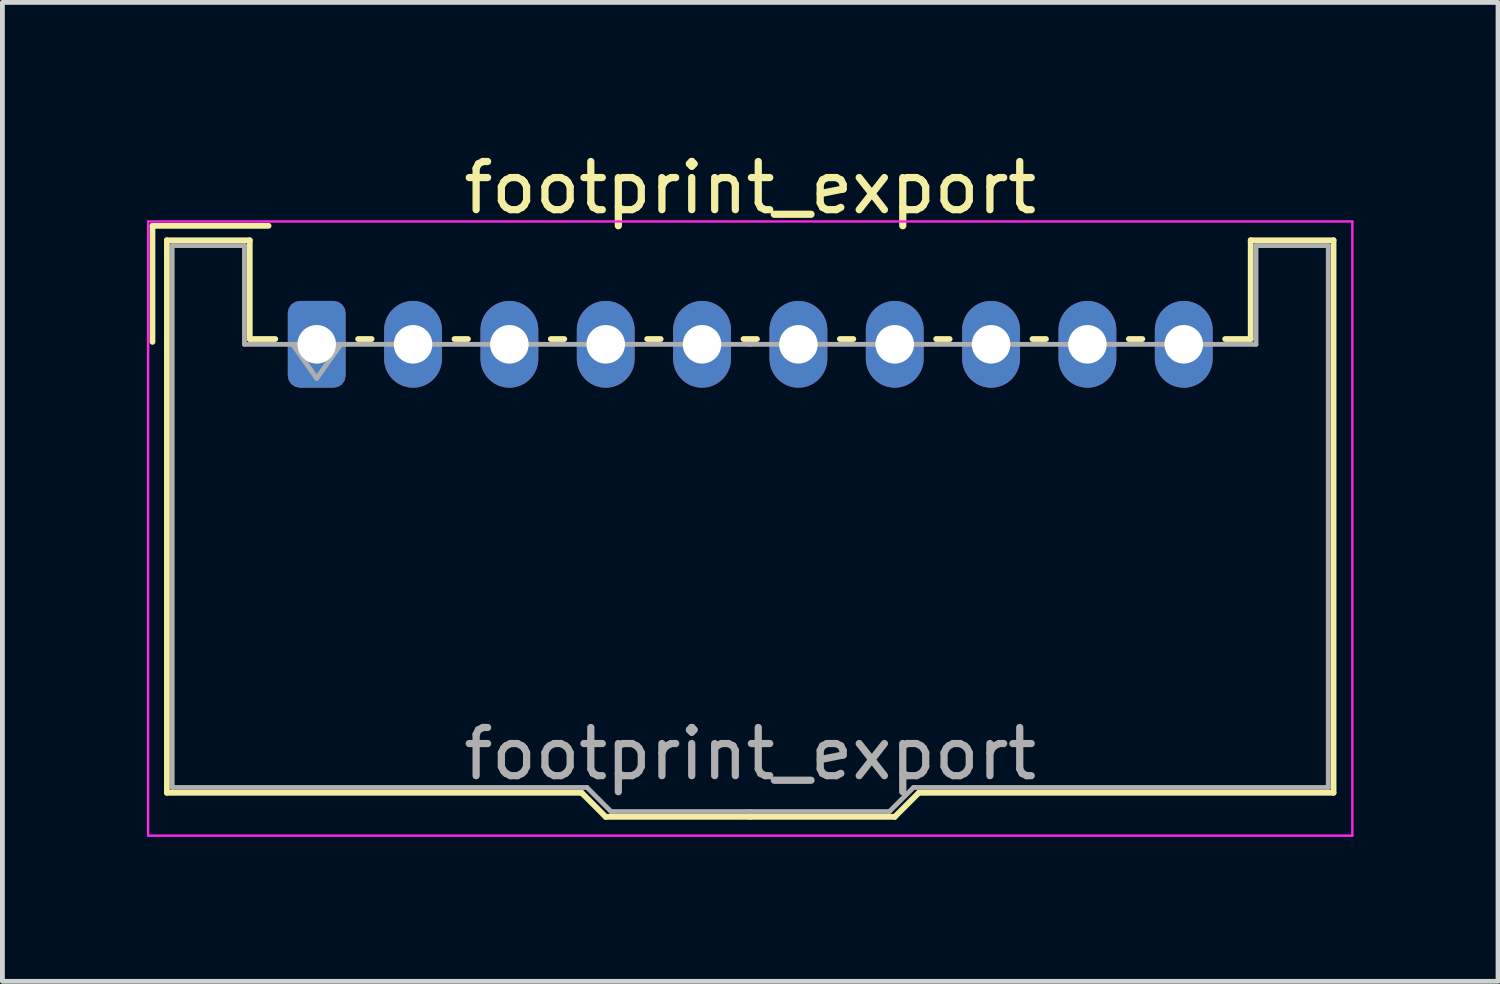
<source format=kicad_pcb>
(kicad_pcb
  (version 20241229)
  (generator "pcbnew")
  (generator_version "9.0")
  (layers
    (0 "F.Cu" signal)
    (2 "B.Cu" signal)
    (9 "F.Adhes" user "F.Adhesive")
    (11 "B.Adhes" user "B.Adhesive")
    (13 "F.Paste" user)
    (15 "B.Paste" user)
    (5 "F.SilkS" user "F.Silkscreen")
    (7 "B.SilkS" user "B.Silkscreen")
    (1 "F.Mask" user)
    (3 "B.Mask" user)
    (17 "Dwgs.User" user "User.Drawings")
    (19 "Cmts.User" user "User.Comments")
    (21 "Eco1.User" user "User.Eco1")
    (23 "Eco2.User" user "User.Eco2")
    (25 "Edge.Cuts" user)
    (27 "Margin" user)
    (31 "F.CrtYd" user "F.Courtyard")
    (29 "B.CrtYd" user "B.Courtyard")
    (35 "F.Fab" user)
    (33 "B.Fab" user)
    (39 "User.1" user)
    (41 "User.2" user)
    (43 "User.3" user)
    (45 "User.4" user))
  (footprint "footprint_export"
    (layer "F.Cu")
    (at 3.525 4.098)
    (property "Reference" "footprint_export" (at 9 -3.25 0) (layer "F.SilkS") (effects (font (size 1 1) (thickness 0.15))))
    (attr through_hole)
    (fp_line (start -3.41 -2.46) (end -1 -2.46) (stroke (width 0.12) (type solid)) (layer "F.SilkS"))
    (fp_line (start -3.41 -0.05) (end -3.41 -2.46) (stroke (width 0.12) (type solid)) (layer "F.SilkS"))
    (fp_line (start -3.11 -2.16) (end -1.39 -2.16) (stroke (width 0.12) (type solid)) (layer "F.SilkS"))
    (fp_line (start -3.11 9.31) (end -3.11 -2.16) (stroke (width 0.12) (type solid)) (layer "F.SilkS"))
    (fp_line (start -1.39 -2.16) (end -1.39 -0.11) (stroke (width 0.12) (type solid)) (layer "F.SilkS"))
    (fp_line (start -1.39 -0.11) (end -0.86 -0.11) (stroke (width 0.12) (type solid)) (layer "F.SilkS"))
    (fp_line (start 0.86 -0.11) (end 1.14 -0.11) (stroke (width 0.12) (type solid)) (layer "F.SilkS"))
    (fp_line (start 2.86 -0.11) (end 3.14 -0.11) (stroke (width 0.12) (type solid)) (layer "F.SilkS"))
    (fp_line (start 4.86 -0.11) (end 5.14 -0.11) (stroke (width 0.12) (type solid)) (layer "F.SilkS"))
    (fp_line (start 5.5 9.31) (end -3.11 9.31) (stroke (width 0.12) (type solid)) (layer "F.SilkS"))
    (fp_line (start 6 9.81) (end 5.5 9.31) (stroke (width 0.12) (type solid)) (layer "F.SilkS"))
    (fp_line (start 6.86 -0.11) (end 7.14 -0.11) (stroke (width 0.12) (type solid)) (layer "F.SilkS"))
    (fp_line (start 8.86 -0.11) (end 9.14 -0.11) (stroke (width 0.12) (type solid)) (layer "F.SilkS"))
    (fp_line (start 9 9.81) (end 6 9.81) (stroke (width 0.12) (type solid)) (layer "F.SilkS"))
    (fp_line (start 9 9.81) (end 12 9.81) (stroke (width 0.12) (type solid)) (layer "F.SilkS"))
    (fp_line (start 10.86 -0.11) (end 11.14 -0.11) (stroke (width 0.12) (type solid)) (layer "F.SilkS"))
    (fp_line (start 12 9.81) (end 12.5 9.31) (stroke (width 0.12) (type solid)) (layer "F.SilkS"))
    (fp_line (start 12.5 9.31) (end 21.11 9.31) (stroke (width 0.12) (type solid)) (layer "F.SilkS"))
    (fp_line (start 12.86 -0.11) (end 13.14 -0.11) (stroke (width 0.12) (type solid)) (layer "F.SilkS"))
    (fp_line (start 14.86 -0.11) (end 15.14 -0.11) (stroke (width 0.12) (type solid)) (layer "F.SilkS"))
    (fp_line (start 16.86 -0.11) (end 17.14 -0.11) (stroke (width 0.12) (type solid)) (layer "F.SilkS"))
    (fp_line (start 19.39 -2.16) (end 19.39 -0.11) (stroke (width 0.12) (type solid)) (layer "F.SilkS"))
    (fp_line (start 19.39 -0.11) (end 18.86 -0.11) (stroke (width 0.12) (type solid)) (layer "F.SilkS"))
    (fp_line (start 21.11 -2.16) (end 19.39 -2.16) (stroke (width 0.12) (type solid)) (layer "F.SilkS"))
    (fp_line (start 21.11 9.31) (end 21.11 -2.16) (stroke (width 0.12) (type solid)) (layer "F.SilkS"))
    (fp_line (start -3.5 -2.55) (end -3.5 10.2) (stroke (width 0.05) (type solid)) (layer "F.CrtYd"))
    (fp_line (start -3.5 10.2) (end 21.5 10.2) (stroke (width 0.05) (type solid)) (layer "F.CrtYd"))
    (fp_line (start 21.5 -2.55) (end -3.5 -2.55) (stroke (width 0.05) (type solid)) (layer "F.CrtYd"))
    (fp_line (start 21.5 10.2) (end 21.5 -2.55) (stroke (width 0.05) (type solid)) (layer "F.CrtYd"))
    (fp_line (start -3 -2.05) (end -1.5 -2.05) (stroke (width 0.1) (type solid)) (layer "F.Fab"))
    (fp_line (start -3 9.2) (end -3 -2.05) (stroke (width 0.1) (type solid)) (layer "F.Fab"))
    (fp_line (start -1.5 -2.05) (end -1.5 0) (stroke (width 0.1) (type solid)) (layer "F.Fab"))
    (fp_line (start -1.5 0) (end 9 0) (stroke (width 0.1) (type solid)) (layer "F.Fab"))
    (fp_line (start -0.5 0) (end 0 0.707) (stroke (width 0.1) (type solid)) (layer "F.Fab"))
    (fp_line (start 0 0.707) (end 0.5 0) (stroke (width 0.1) (type solid)) (layer "F.Fab"))
    (fp_line (start 5.61 9.2) (end -3 9.2) (stroke (width 0.1) (type solid)) (layer "F.Fab"))
    (fp_line (start 6.11 9.7) (end 5.61 9.2) (stroke (width 0.1) (type solid)) (layer "F.Fab"))
    (fp_line (start 9 9.7) (end 6.11 9.7) (stroke (width 0.1) (type solid)) (layer "F.Fab"))
    (fp_line (start 9 9.7) (end 11.89 9.7) (stroke (width 0.1) (type solid)) (layer "F.Fab"))
    (fp_line (start 11.89 9.7) (end 12.39 9.2) (stroke (width 0.1) (type solid)) (layer "F.Fab"))
    (fp_line (start 12.39 9.2) (end 21 9.2) (stroke (width 0.1) (type solid)) (layer "F.Fab"))
    (fp_line (start 19.5 -2.05) (end 19.5 0) (stroke (width 0.1) (type solid)) (layer "F.Fab"))
    (fp_line (start 19.5 0) (end 9 0) (stroke (width 0.1) (type solid)) (layer "F.Fab"))
    (fp_line (start 21 -2.05) (end 19.5 -2.05) (stroke (width 0.1) (type solid)) (layer "F.Fab"))
    (fp_line (start 21 9.2) (end 21 -2.05) (stroke (width 0.1) (type solid)) (layer "F.Fab"))
    (fp_text user "${REFERENCE}" (at 9 8.5 0) (layer "F.Fab") (effects (font (size 1 1) (thickness 0.15))))
    (pad "1" thru_hole roundrect (at 0 0) (size 1.2 1.8) (drill 0.8) (layers "*.Cu" "*.Mask") (roundrect_rratio 0.208))
    (pad "2" thru_hole oval (at 2 0) (size 1.2 1.8) (drill 0.8) (layers "*.Cu" "*.Mask"))
    (pad "3" thru_hole oval (at 4 0) (size 1.2 1.8) (drill 0.8) (layers "*.Cu" "*.Mask"))
    (pad "4" thru_hole oval (at 6 0) (size 1.2 1.8) (drill 0.8) (layers "*.Cu" "*.Mask"))
    (pad "5" thru_hole oval (at 8 0) (size 1.2 1.8) (drill 0.8) (layers "*.Cu" "*.Mask"))
    (pad "6" thru_hole oval (at 10 0) (size 1.2 1.8) (drill 0.8) (layers "*.Cu" "*.Mask"))
    (pad "7" thru_hole oval (at 12 0) (size 1.2 1.8) (drill 0.8) (layers "*.Cu" "*.Mask"))
    (pad "8" thru_hole oval (at 14 0) (size 1.2 1.8) (drill 0.8) (layers "*.Cu" "*.Mask"))
    (pad "9" thru_hole oval (at 16 0) (size 1.2 1.8) (drill 0.8) (layers "*.Cu" "*.Mask"))
    (pad "10" thru_hole oval (at 18 0) (size 1.2 1.8) (drill 0.8) (layers "*.Cu" "*.Mask")))
  (gr_rect
    (start -3 -3)
    (end 28.05 17.323)
    (stroke (width 0.1) (type default))
    (fill no)
    (layer "Edge.Cuts")))
</source>
